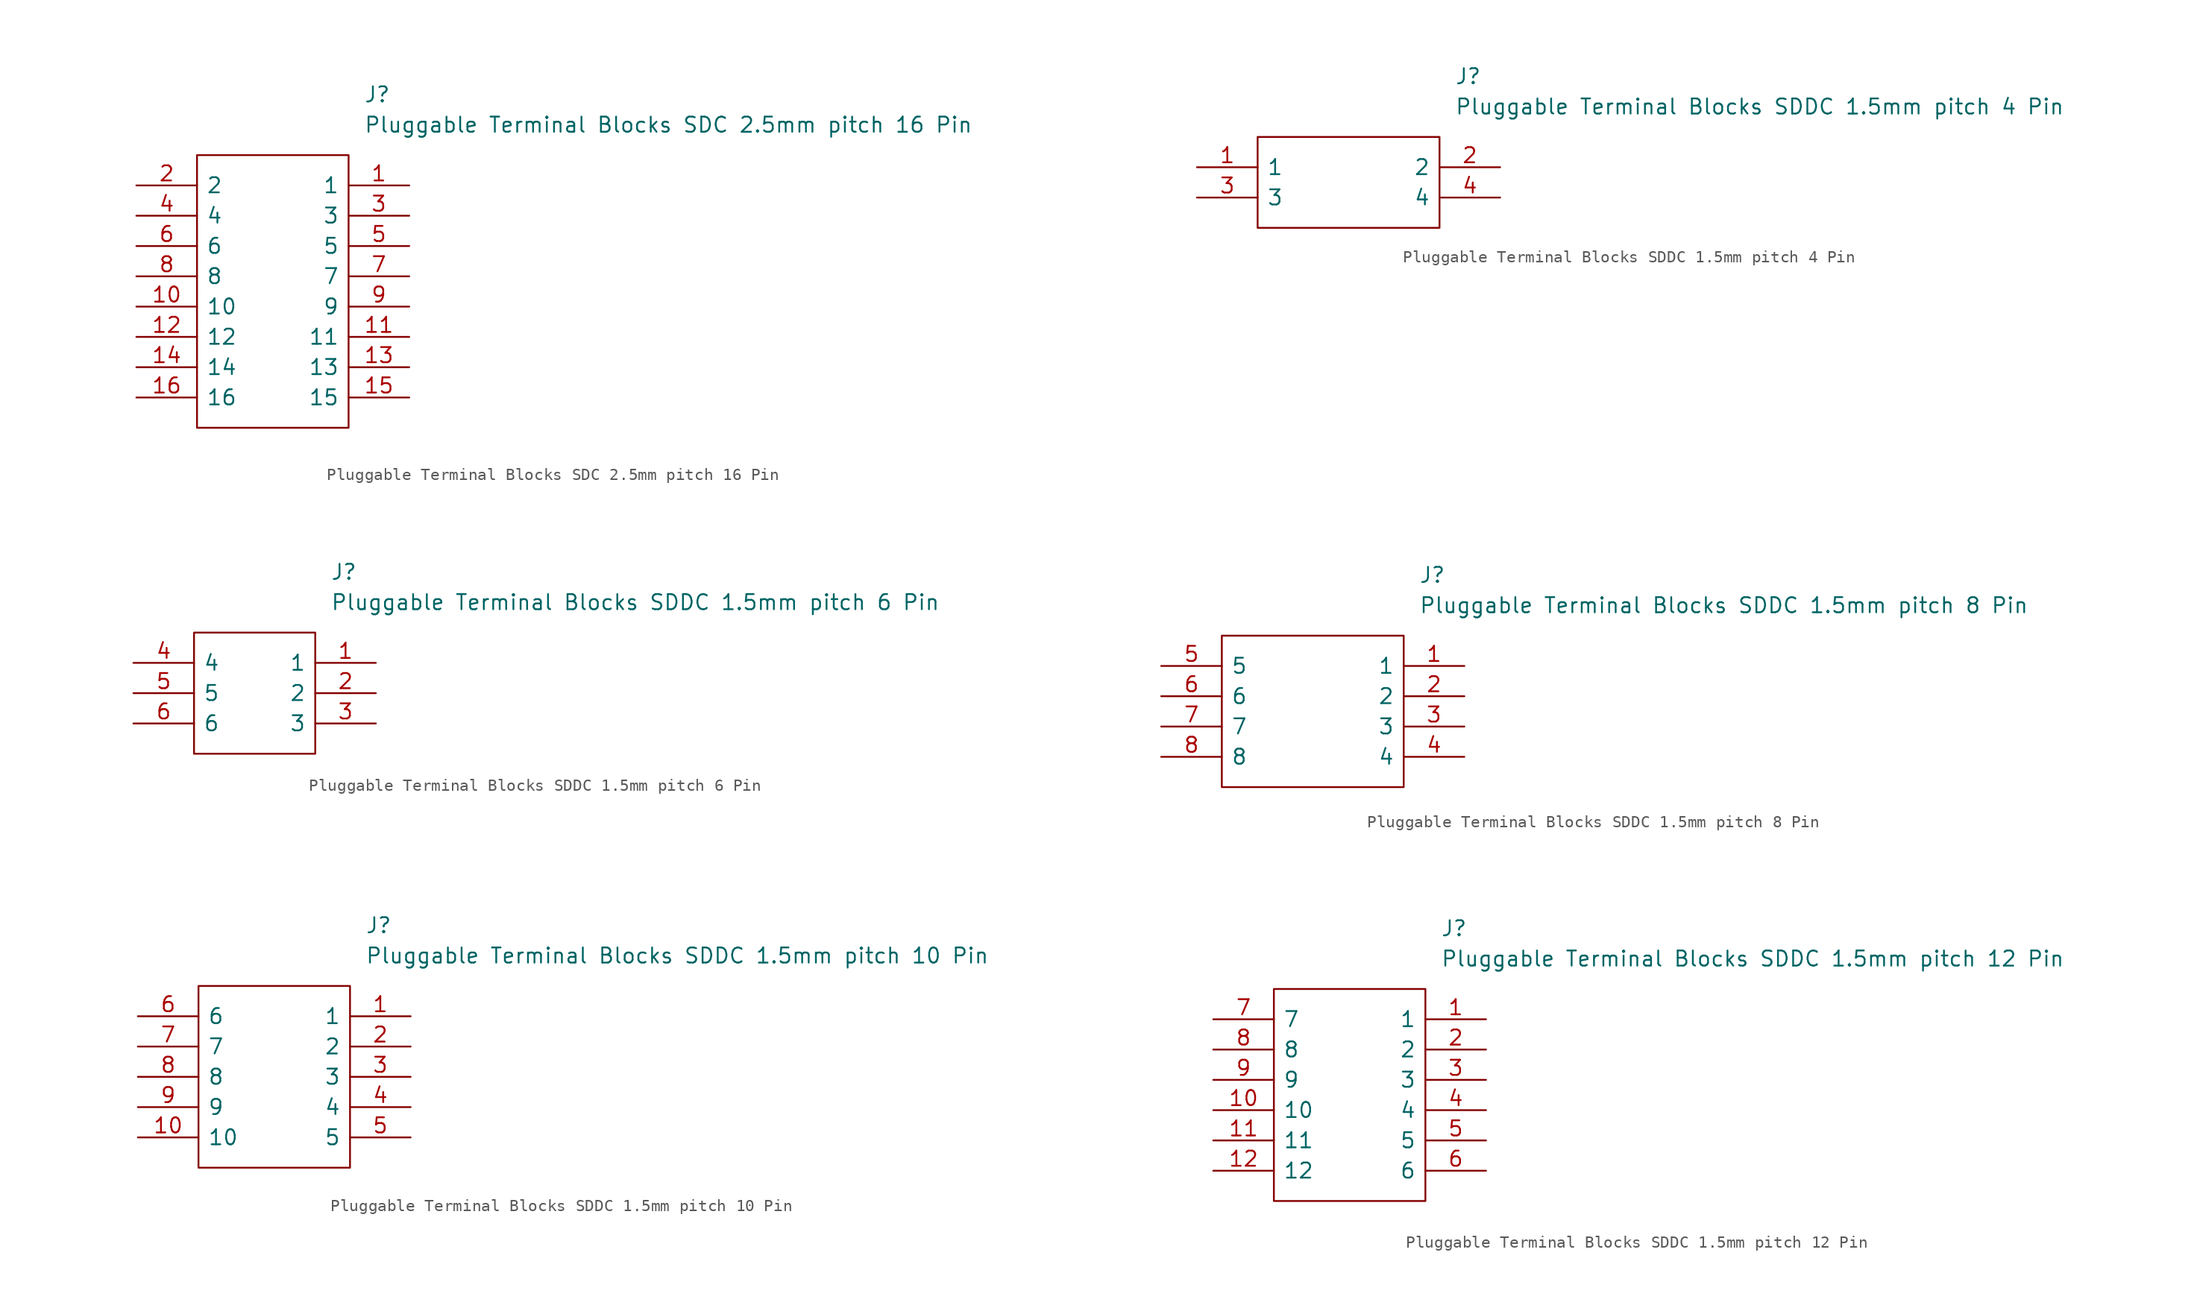
<source format=kicad_sym>
(kicad_symbol_lib
  (version 20211014)
  (generator kicad_symbol_editor)
  (symbol "Pluggable Terminal Blocks SDC 2.5mm pitch 16 Pin"
    (pin_names
      (offset 0.762))
    (property "Reference" "J"
      (at 19.05 7.62 0)
      (effects (font (size 1.27 1.27)) (justify left)))
    (property "Value" "Pluggable Terminal Blocks SDC 2.5mm pitch 16 Pin"
      (at 19.05 5.08 0)
      (effects (font (size 1.27 1.27)) (justify left)))
    (symbol "Pluggable Terminal Blocks SDC 2.5mm pitch 16 Pin_0_0"
      (pin passive line (at 22.86 0 180) (length 5.08) (name "1" (effects (font (size 1.27 1.27)))) (number "1" (effects (font (size 1.27 1.27)))))
      (pin passive line (at 0 -10.16 0) (length 5.08) (name "10" (effects (font (size 1.27 1.27)))) (number "10" (effects (font (size 1.27 1.27)))))
      (pin passive line (at 22.86 -12.7 180) (length 5.08) (name "11" (effects (font (size 1.27 1.27)))) (number "11" (effects (font (size 1.27 1.27)))))
      (pin passive line (at 0 -12.7 0) (length 5.08) (name "12" (effects (font (size 1.27 1.27)))) (number "12" (effects (font (size 1.27 1.27)))))
      (pin passive line (at 22.86 -15.24 180) (length 5.08) (name "13" (effects (font (size 1.27 1.27)))) (number "13" (effects (font (size 1.27 1.27)))))
      (pin passive line (at 0 -15.24 0) (length 5.08) (name "14" (effects (font (size 1.27 1.27)))) (number "14" (effects (font (size 1.27 1.27)))))
      (pin passive line (at 22.86 -17.78 180) (length 5.08) (name "15" (effects (font (size 1.27 1.27)))) (number "15" (effects (font (size 1.27 1.27)))))
      (pin passive line (at 0 -17.78 0) (length 5.08) (name "16" (effects (font (size 1.27 1.27)))) (number "16" (effects (font (size 1.27 1.27)))))
      (pin passive line (at 0 0 0) (length 5.08) (name "2" (effects (font (size 1.27 1.27)))) (number "2" (effects (font (size 1.27 1.27)))))
      (pin passive line (at 22.86 -2.54 180) (length 5.08) (name "3" (effects (font (size 1.27 1.27)))) (number "3" (effects (font (size 1.27 1.27)))))
      (pin passive line (at 0 -2.54 0) (length 5.08) (name "4" (effects (font (size 1.27 1.27)))) (number "4" (effects (font (size 1.27 1.27)))))
      (pin passive line (at 22.86 -5.08 180) (length 5.08) (name "5" (effects (font (size 1.27 1.27)))) (number "5" (effects (font (size 1.27 1.27)))))
      (pin passive line (at 0 -5.08 0) (length 5.08) (name "6" (effects (font (size 1.27 1.27)))) (number "6" (effects (font (size 1.27 1.27)))))
      (pin passive line (at 22.86 -7.62 180) (length 5.08) (name "7" (effects (font (size 1.27 1.27)))) (number "7" (effects (font (size 1.27 1.27)))))
      (pin passive line (at 0 -7.62 0) (length 5.08) (name "8" (effects (font (size 1.27 1.27)))) (number "8" (effects (font (size 1.27 1.27)))))
      (pin passive line (at 22.86 -10.16 180) (length 5.08) (name "9" (effects (font (size 1.27 1.27)))) (number "9" (effects (font (size 1.27 1.27))))))
    (symbol "Pluggable Terminal Blocks SDC 2.5mm pitch 16 Pin_0_1"
      (polyline (pts (xy 5.08 2.54) (xy 17.78 2.54) (xy 17.78 -20.32) (xy 5.08 -20.32) (xy 5.08 2.54)) (stroke (width 0.152) (type default) (color 0 0 0 0)) (fill (type none)))))
  (symbol "Pluggable Terminal Blocks SDDC 1.5mm pitch 4 Pin"
    (pin_names
      (offset 0.762))
    (property "Reference" "J"
      (at 21.59 7.62 0)
      (effects (font (size 1.27 1.27)) (justify left)))
    (property "Value" "Pluggable Terminal Blocks SDDC 1.5mm pitch 4 Pin"
      (at 21.59 5.08 0)
      (effects (font (size 1.27 1.27)) (justify left)))
    (symbol "Pluggable Terminal Blocks SDDC 1.5mm pitch 4 Pin_0_0"
      (pin passive line (at 0 0 0) (length 5.08) (name "1" (effects (font (size 1.27 1.27)))) (number "1" (effects (font (size 1.27 1.27)))))
      (pin passive line (at 25.4 0 180) (length 5.08) (name "2" (effects (font (size 1.27 1.27)))) (number "2" (effects (font (size 1.27 1.27)))))
      (pin passive line (at 0 -2.54 0) (length 5.08) (name "3" (effects (font (size 1.27 1.27)))) (number "3" (effects (font (size 1.27 1.27)))))
      (pin passive line (at 25.4 -2.54 180) (length 5.08) (name "4" (effects (font (size 1.27 1.27)))) (number "4" (effects (font (size 1.27 1.27))))))
    (symbol "Pluggable Terminal Blocks SDDC 1.5mm pitch 4 Pin_0_1"
      (polyline (pts (xy 5.08 2.54) (xy 20.32 2.54) (xy 20.32 -5.08) (xy 5.08 -5.08) (xy 5.08 2.54)) (stroke (width 0.152) (type default) (color 0 0 0 0)) (fill (type none)))))
  (symbol "Pluggable Terminal Blocks SDDC 1.5mm pitch 6 Pin"
    (pin_names
      (offset 0.762))
    (property "Reference" "J"
      (at 16.51 7.62 0)
      (effects (font (size 1.27 1.27)) (justify left)))
    (property "Value" "Pluggable Terminal Blocks SDDC 1.5mm pitch 6 Pin"
      (at 16.51 5.08 0)
      (effects (font (size 1.27 1.27)) (justify left)))
    (symbol "Pluggable Terminal Blocks SDDC 1.5mm pitch 6 Pin_0_0"
      (pin passive line (at 20.32 0 180) (length 5.08) (name "1" (effects (font (size 1.27 1.27)))) (number "1" (effects (font (size 1.27 1.27)))))
      (pin passive line (at 20.32 -2.54 180) (length 5.08) (name "2" (effects (font (size 1.27 1.27)))) (number "2" (effects (font (size 1.27 1.27)))))
      (pin passive line (at 20.32 -5.08 180) (length 5.08) (name "3" (effects (font (size 1.27 1.27)))) (number "3" (effects (font (size 1.27 1.27)))))
      (pin passive line (at 0 0 0) (length 5.08) (name "4" (effects (font (size 1.27 1.27)))) (number "4" (effects (font (size 1.27 1.27)))))
      (pin passive line (at 0 -2.54 0) (length 5.08) (name "5" (effects (font (size 1.27 1.27)))) (number "5" (effects (font (size 1.27 1.27)))))
      (pin passive line (at 0 -5.08 0) (length 5.08) (name "6" (effects (font (size 1.27 1.27)))) (number "6" (effects (font (size 1.27 1.27))))))
    (symbol "Pluggable Terminal Blocks SDDC 1.5mm pitch 6 Pin_0_1"
      (polyline (pts (xy 5.08 2.54) (xy 15.24 2.54) (xy 15.24 -7.62) (xy 5.08 -7.62) (xy 5.08 2.54)) (stroke (width 0.152) (type default) (color 0 0 0 0)) (fill (type none)))))
  (symbol "Pluggable Terminal Blocks SDDC 1.5mm pitch 8 Pin"
    (pin_names
      (offset 0.762))
    (property "Reference" "J"
      (at 21.59 7.62 0)
      (effects (font (size 1.27 1.27)) (justify left)))
    (property "Value" "Pluggable Terminal Blocks SDDC 1.5mm pitch 8 Pin"
      (at 21.59 5.08 0)
      (effects (font (size 1.27 1.27)) (justify left)))
    (symbol "Pluggable Terminal Blocks SDDC 1.5mm pitch 8 Pin_0_0"
      (pin passive line (at 25.4 0 180) (length 5.08) (name "1" (effects (font (size 1.27 1.27)))) (number "1" (effects (font (size 1.27 1.27)))))
      (pin passive line (at 25.4 -2.54 180) (length 5.08) (name "2" (effects (font (size 1.27 1.27)))) (number "2" (effects (font (size 1.27 1.27)))))
      (pin passive line (at 25.4 -5.08 180) (length 5.08) (name "3" (effects (font (size 1.27 1.27)))) (number "3" (effects (font (size 1.27 1.27)))))
      (pin passive line (at 25.4 -7.62 180) (length 5.08) (name "4" (effects (font (size 1.27 1.27)))) (number "4" (effects (font (size 1.27 1.27)))))
      (pin passive line (at 0 0 0) (length 5.08) (name "5" (effects (font (size 1.27 1.27)))) (number "5" (effects (font (size 1.27 1.27)))))
      (pin passive line (at 0 -2.54 0) (length 5.08) (name "6" (effects (font (size 1.27 1.27)))) (number "6" (effects (font (size 1.27 1.27)))))
      (pin passive line (at 0 -5.08 0) (length 5.08) (name "7" (effects (font (size 1.27 1.27)))) (number "7" (effects (font (size 1.27 1.27)))))
      (pin passive line (at 0 -7.62 0) (length 5.08) (name "8" (effects (font (size 1.27 1.27)))) (number "8" (effects (font (size 1.27 1.27))))))
    (symbol "Pluggable Terminal Blocks SDDC 1.5mm pitch 8 Pin_0_1"
      (polyline (pts (xy 5.08 2.54) (xy 20.32 2.54) (xy 20.32 -10.16) (xy 5.08 -10.16) (xy 5.08 2.54)) (stroke (width 0.152) (type default) (color 0 0 0 0)) (fill (type none)))))
  (symbol "Pluggable Terminal Blocks SDDC 1.5mm pitch 10 Pin"
    (pin_names
      (offset 0.762))
    (property "Reference" "J"
      (at 19.05 7.62 0)
      (effects (font (size 1.27 1.27)) (justify left)))
    (property "Value" "Pluggable Terminal Blocks SDDC 1.5mm pitch 10 Pin"
      (at 19.05 5.08 0)
      (effects (font (size 1.27 1.27)) (justify left)))
    (symbol "Pluggable Terminal Blocks SDDC 1.5mm pitch 10 Pin_0_0"
      (pin passive line (at 22.86 0 180) (length 5.08) (name "1" (effects (font (size 1.27 1.27)))) (number "1" (effects (font (size 1.27 1.27)))))
      (pin passive line (at 0 -10.16 0) (length 5.08) (name "10" (effects (font (size 1.27 1.27)))) (number "10" (effects (font (size 1.27 1.27)))))
      (pin passive line (at 22.86 -2.54 180) (length 5.08) (name "2" (effects (font (size 1.27 1.27)))) (number "2" (effects (font (size 1.27 1.27)))))
      (pin passive line (at 22.86 -5.08 180) (length 5.08) (name "3" (effects (font (size 1.27 1.27)))) (number "3" (effects (font (size 1.27 1.27)))))
      (pin passive line (at 22.86 -7.62 180) (length 5.08) (name "4" (effects (font (size 1.27 1.27)))) (number "4" (effects (font (size 1.27 1.27)))))
      (pin passive line (at 22.86 -10.16 180) (length 5.08) (name "5" (effects (font (size 1.27 1.27)))) (number "5" (effects (font (size 1.27 1.27)))))
      (pin passive line (at 0 0 0) (length 5.08) (name "6" (effects (font (size 1.27 1.27)))) (number "6" (effects (font (size 1.27 1.27)))))
      (pin passive line (at 0 -2.54 0) (length 5.08) (name "7" (effects (font (size 1.27 1.27)))) (number "7" (effects (font (size 1.27 1.27)))))
      (pin passive line (at 0 -5.08 0) (length 5.08) (name "8" (effects (font (size 1.27 1.27)))) (number "8" (effects (font (size 1.27 1.27)))))
      (pin passive line (at 0 -7.62 0) (length 5.08) (name "9" (effects (font (size 1.27 1.27)))) (number "9" (effects (font (size 1.27 1.27))))))
    (symbol "Pluggable Terminal Blocks SDDC 1.5mm pitch 10 Pin_0_1"
      (polyline (pts (xy 5.08 2.54) (xy 17.78 2.54) (xy 17.78 -12.7) (xy 5.08 -12.7) (xy 5.08 2.54)) (stroke (width 0.152) (type default) (color 0 0 0 0)) (fill (type none)))))
  (symbol "Pluggable Terminal Blocks SDDC 1.5mm pitch 12 Pin"
    (pin_names
      (offset 0.762))
    (property "Reference" "J"
      (at 19.05 7.62 0)
      (effects (font (size 1.27 1.27)) (justify left)))
    (property "Value" "Pluggable Terminal Blocks SDDC 1.5mm pitch 12 Pin"
      (at 19.05 5.08 0)
      (effects (font (size 1.27 1.27)) (justify left)))
    (symbol "Pluggable Terminal Blocks SDDC 1.5mm pitch 12 Pin_0_0"
      (pin passive line (at 22.86 0 180) (length 5.08) (name "1" (effects (font (size 1.27 1.27)))) (number "1" (effects (font (size 1.27 1.27)))))
      (pin passive line (at 0 -7.62 0) (length 5.08) (name "10" (effects (font (size 1.27 1.27)))) (number "10" (effects (font (size 1.27 1.27)))))
      (pin passive line (at 0 -10.16 0) (length 5.08) (name "11" (effects (font (size 1.27 1.27)))) (number "11" (effects (font (size 1.27 1.27)))))
      (pin passive line (at 0 -12.7 0) (length 5.08) (name "12" (effects (font (size 1.27 1.27)))) (number "12" (effects (font (size 1.27 1.27)))))
      (pin passive line (at 22.86 -2.54 180) (length 5.08) (name "2" (effects (font (size 1.27 1.27)))) (number "2" (effects (font (size 1.27 1.27)))))
      (pin passive line (at 22.86 -5.08 180) (length 5.08) (name "3" (effects (font (size 1.27 1.27)))) (number "3" (effects (font (size 1.27 1.27)))))
      (pin passive line (at 22.86 -7.62 180) (length 5.08) (name "4" (effects (font (size 1.27 1.27)))) (number "4" (effects (font (size 1.27 1.27)))))
      (pin passive line (at 22.86 -10.16 180) (length 5.08) (name "5" (effects (font (size 1.27 1.27)))) (number "5" (effects (font (size 1.27 1.27)))))
      (pin passive line (at 22.86 -12.7 180) (length 5.08) (name "6" (effects (font (size 1.27 1.27)))) (number "6" (effects (font (size 1.27 1.27)))))
      (pin passive line (at 0 0 0) (length 5.08) (name "7" (effects (font (size 1.27 1.27)))) (number "7" (effects (font (size 1.27 1.27)))))
      (pin passive line (at 0 -2.54 0) (length 5.08) (name "8" (effects (font (size 1.27 1.27)))) (number "8" (effects (font (size 1.27 1.27)))))
      (pin passive line (at 0 -5.08 0) (length 5.08) (name "9" (effects (font (size 1.27 1.27)))) (number "9" (effects (font (size 1.27 1.27))))))
    (symbol "Pluggable Terminal Blocks SDDC 1.5mm pitch 12 Pin_0_1"
      (polyline (pts (xy 5.08 2.54) (xy 17.78 2.54) (xy 17.78 -15.24) (xy 5.08 -15.24) (xy 5.08 2.54)) (stroke (width 0.152) (type default) (color 0 0 0 0)) (fill (type none))))))
</source>
